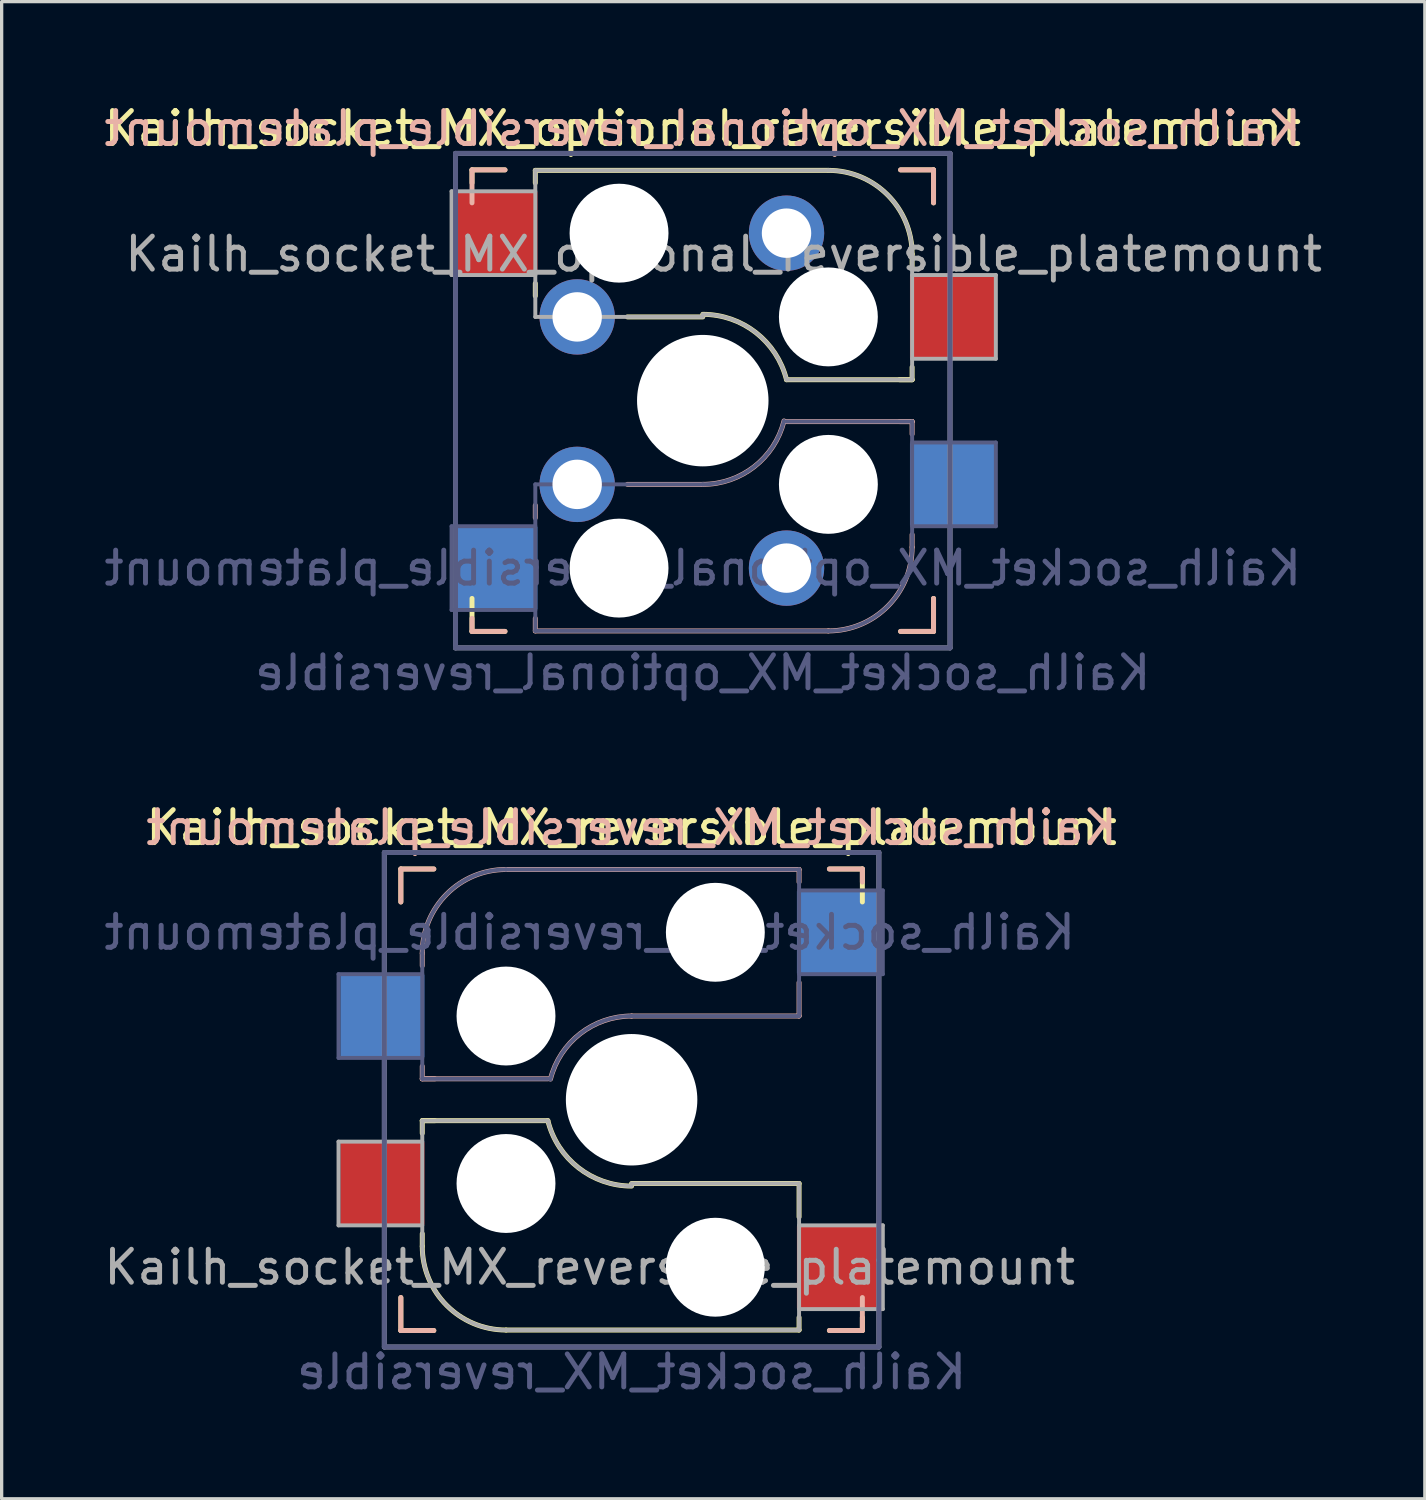
<source format=kicad_pcb>
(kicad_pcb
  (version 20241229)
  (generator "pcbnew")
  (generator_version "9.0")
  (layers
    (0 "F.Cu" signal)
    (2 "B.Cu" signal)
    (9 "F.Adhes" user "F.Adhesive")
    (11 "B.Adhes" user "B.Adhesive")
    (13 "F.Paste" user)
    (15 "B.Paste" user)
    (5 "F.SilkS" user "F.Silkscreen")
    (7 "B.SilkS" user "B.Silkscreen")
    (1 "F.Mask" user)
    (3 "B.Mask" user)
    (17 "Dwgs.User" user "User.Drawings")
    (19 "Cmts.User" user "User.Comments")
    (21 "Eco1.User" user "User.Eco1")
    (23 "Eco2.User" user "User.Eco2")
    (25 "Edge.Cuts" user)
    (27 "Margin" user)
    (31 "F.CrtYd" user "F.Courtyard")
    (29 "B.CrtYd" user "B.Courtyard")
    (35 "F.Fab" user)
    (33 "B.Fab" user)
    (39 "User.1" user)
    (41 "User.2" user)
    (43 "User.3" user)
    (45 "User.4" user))
  (footprint "Kailh_socket_MX_optional_reversible_platemount"
    (layer "F.Cu")
    (at 18.268 9.103)
    (property "Reference" "Kailh_socket_MX_optional_reversible_platemount" (at 0 -8.255 0) (layer "F.SilkS") (effects (font (size 1 1) (thickness 0.15))))
    (property "Value" "Kailh_socket_MX_optional_reversible" (at 0 8.255 0) (layer "F.Fab") (hide yes) (effects (font (size 1 1) (thickness 0.15))))
    (attr smd)
    (fp_line (start -7 -7) (end -6 -7) (stroke (width 0.15) (type solid)) (layer "F.SilkS"))
    (fp_line (start -7 -6.604) (end -7 -7) (stroke (width 0.15) (type solid)) (layer "F.SilkS"))
    (fp_line (start -7 7) (end -7 6) (stroke (width 0.15) (type solid)) (layer "F.SilkS"))
    (fp_line (start -6 7) (end -7 7) (stroke (width 0.15) (type solid)) (layer "F.SilkS"))
    (fp_line (start -5.08 -6.985) (end -5.08 -6.604) (stroke (width 0.15) (type solid)) (layer "F.SilkS"))
    (fp_line (start -5.08 -3.556) (end -5.08 -3.175) (stroke (width 0.15) (type solid)) (layer "F.SilkS"))
    (fp_line (start -2.286 -2.54) (end 0 -2.54) (stroke (width 0.15) (type solid)) (layer "F.SilkS"))
    (fp_line (start 2.54 -0.635) (end 6.35 -0.635) (stroke (width 0.15) (type solid)) (layer "F.SilkS"))
    (fp_line (start 3.81 -6.985) (end -5.08 -6.985) (stroke (width 0.15) (type solid)) (layer "F.SilkS"))
    (fp_line (start 5.969 -0.635) (end 6.35 -0.635) (stroke (width 0.15) (type solid)) (layer "F.SilkS"))
    (fp_line (start 6 -7) (end 7 -7) (stroke (width 0.15) (type solid)) (layer "F.SilkS"))
    (fp_line (start 6.35 -4.445) (end 6.35 -4.064) (stroke (width 0.15) (type solid)) (layer "F.SilkS"))
    (fp_line (start 6.35 -0.635) (end 6.35 -1.016) (stroke (width 0.15) (type solid)) (layer "F.SilkS"))
    (fp_line (start 7 -7) (end 7 -6) (stroke (width 0.15) (type solid)) (layer "F.SilkS"))
    (fp_line (start 7 6) (end 7 7) (stroke (width 0.15) (type solid)) (layer "F.SilkS"))
    (fp_line (start 7 7) (end 6 7) (stroke (width 0.15) (type solid)) (layer "F.SilkS"))
    (fp_arc (start 0.000001 -2.618171) (mid 1.611255 -2.063656) (end 2.539999 -0.634999) (stroke (width 0.15) (type solid)) (layer "F.SilkS"))
    (fp_arc (start 3.81 -6.985) (mid 5.606051 -6.241051) (end 6.35 -4.445) (stroke (width 0.15) (type solid)) (layer "F.SilkS"))
    (fp_line (start -7 -7) (end -6 -7) (stroke (width 0.15) (type solid)) (layer "B.SilkS"))
    (fp_line (start -7 -6) (end -7 -7) (stroke (width 0.15) (type solid)) (layer "B.SilkS"))
    (fp_line (start -7 7) (end -7 6.604) (stroke (width 0.15) (type solid)) (layer "B.SilkS"))
    (fp_line (start -6 7) (end -7 7) (stroke (width 0.15) (type solid)) (layer "B.SilkS"))
    (fp_line (start -5.08 3.175) (end -5.08 3.556) (stroke (width 0.15) (type solid)) (layer "B.SilkS"))
    (fp_line (start -5.08 6.604) (end -5.08 6.985) (stroke (width 0.15) (type solid)) (layer "B.SilkS"))
    (fp_line (start -5.08 6.985) (end 3.81 6.985) (stroke (width 0.15) (type solid)) (layer "B.SilkS"))
    (fp_line (start 0 2.54) (end -2.286 2.54) (stroke (width 0.15) (type solid)) (layer "B.SilkS"))
    (fp_line (start 6 -7) (end 7 -7) (stroke (width 0.15) (type solid)) (layer "B.SilkS"))
    (fp_line (start 6.35 0.635) (end 2.54 0.635) (stroke (width 0.15) (type solid)) (layer "B.SilkS"))
    (fp_line (start 6.35 0.635) (end 5.969 0.635) (stroke (width 0.15) (type solid)) (layer "B.SilkS"))
    (fp_line (start 6.35 1.016) (end 6.35 0.635) (stroke (width 0.15) (type solid)) (layer "B.SilkS"))
    (fp_line (start 6.35 4.445) (end 6.35 4.064) (stroke (width 0.15) (type solid)) (layer "B.SilkS"))
    (fp_line (start 7 -7) (end 7 -6) (stroke (width 0.15) (type solid)) (layer "B.SilkS"))
    (fp_line (start 7 6) (end 7 7) (stroke (width 0.15) (type solid)) (layer "B.SilkS"))
    (fp_line (start 7 7) (end 6 7) (stroke (width 0.15) (type solid)) (layer "B.SilkS"))
    (fp_arc (start 2.464162 0.61604) (mid 1.563147 2.002042) (end 0 2.54) (stroke (width 0.15) (type solid)) (layer "B.SilkS"))
    (fp_arc (start 6.35 4.445) (mid 5.606051 6.241051) (end 3.81 6.985) (stroke (width 0.15) (type solid)) (layer "B.SilkS"))
    (fp_line (start -6.9 6.9) (end -6.9 -6.9) (stroke (width 0.15) (type solid)) (layer "Eco2.User"))
    (fp_line (start -6.9 6.9) (end 6.9 6.9) (stroke (width 0.15) (type solid)) (layer "Eco2.User"))
    (fp_line (start 6.9 -6.9) (end -6.9 -6.9) (stroke (width 0.15) (type solid)) (layer "Eco2.User"))
    (fp_line (start 6.9 -6.9) (end 6.9 6.9) (stroke (width 0.15) (type solid)) (layer "Eco2.User"))
    (fp_line (start -7.62 3.81) (end -7.62 6.35) (stroke (width 0.12) (type solid)) (layer "B.Fab"))
    (fp_line (start -7.62 6.35) (end -5.08 6.35) (stroke (width 0.12) (type solid)) (layer "B.Fab"))
    (fp_line (start -7.5 -7.5) (end 7.5 -7.5) (stroke (width 0.15) (type solid)) (layer "B.Fab"))
    (fp_line (start -7.5 7.5) (end -7.5 -7.5) (stroke (width 0.15) (type solid)) (layer "B.Fab"))
    (fp_line (start -5.08 2.54) (end -5.08 6.985) (stroke (width 0.12) (type solid)) (layer "B.Fab"))
    (fp_line (start -5.08 3.81) (end -7.62 3.81) (stroke (width 0.12) (type solid)) (layer "B.Fab"))
    (fp_line (start -5.08 6.985) (end 3.81 6.985) (stroke (width 0.12) (type solid)) (layer "B.Fab"))
    (fp_line (start 0 2.54) (end -5.08 2.54) (stroke (width 0.12) (type solid)) (layer "B.Fab"))
    (fp_line (start 6.35 0.635) (end 2.54 0.635) (stroke (width 0.12) (type solid)) (layer "B.Fab"))
    (fp_line (start 6.35 3.81) (end 8.89 3.81) (stroke (width 0.12) (type solid)) (layer "B.Fab"))
    (fp_line (start 6.35 4.445) (end 6.35 0.635) (stroke (width 0.12) (type solid)) (layer "B.Fab"))
    (fp_line (start 7.5 -7.5) (end 7.5 7.5) (stroke (width 0.15) (type solid)) (layer "B.Fab"))
    (fp_line (start 7.5 7.5) (end -7.5 7.5) (stroke (width 0.15) (type solid)) (layer "B.Fab"))
    (fp_line (start 8.89 1.27) (end 6.35 1.27) (stroke (width 0.12) (type solid)) (layer "B.Fab"))
    (fp_line (start 8.89 3.81) (end 8.89 1.27) (stroke (width 0.12) (type solid)) (layer "B.Fab"))
    (fp_arc (start 2.464162 0.61604) (mid 1.563147 2.002042) (end 0 2.54) (stroke (width 0.12) (type solid)) (layer "B.Fab"))
    (fp_arc (start 6.35 4.445) (mid 5.606051 6.241051) (end 3.81 6.985) (stroke (width 0.12) (type solid)) (layer "B.Fab"))
    (fp_line (start -7.62 -6.35) (end -7.62 -3.81) (stroke (width 0.12) (type solid)) (layer "F.Fab"))
    (fp_line (start -7.62 -3.81) (end -5.08 -3.81) (stroke (width 0.12) (type solid)) (layer "F.Fab"))
    (fp_line (start -7.5 -7.5) (end 7.5 -7.5) (stroke (width 0.15) (type solid)) (layer "F.Fab"))
    (fp_line (start -7.5 7.5) (end -7.5 -7.5) (stroke (width 0.15) (type solid)) (layer "F.Fab"))
    (fp_line (start -5.08 -6.985) (end -5.08 -2.54) (stroke (width 0.12) (type solid)) (layer "F.Fab"))
    (fp_line (start -5.08 -6.35) (end -7.62 -6.35) (stroke (width 0.12) (type solid)) (layer "F.Fab"))
    (fp_line (start -5.08 -2.54) (end 0 -2.54) (stroke (width 0.12) (type solid)) (layer "F.Fab"))
    (fp_line (start 2.54 -0.635) (end 6.35 -0.635) (stroke (width 0.12) (type solid)) (layer "F.Fab"))
    (fp_line (start 3.81 -6.985) (end -5.08 -6.985) (stroke (width 0.12) (type solid)) (layer "F.Fab"))
    (fp_line (start 6.35 -1.27) (end 8.89 -1.27) (stroke (width 0.12) (type solid)) (layer "F.Fab"))
    (fp_line (start 6.35 -0.635) (end 6.35 -4.445) (stroke (width 0.12) (type solid)) (layer "F.Fab"))
    (fp_line (start 7.5 -7.5) (end 7.5 7.5) (stroke (width 0.15) (type solid)) (layer "F.Fab"))
    (fp_line (start 7.5 7.5) (end -7.5 7.5) (stroke (width 0.15) (type solid)) (layer "F.Fab"))
    (fp_line (start 8.89 -3.81) (end 6.35 -3.81) (stroke (width 0.12) (type solid)) (layer "F.Fab"))
    (fp_line (start 8.89 -1.27) (end 8.89 -3.81) (stroke (width 0.12) (type solid)) (layer "F.Fab"))
    (fp_arc (start 0.000001 -2.618171) (mid 1.611255 -2.063656) (end 2.539999 -0.634999) (stroke (width 0.12) (type solid)) (layer "F.Fab"))
    (fp_arc (start 3.81 -6.985) (mid 5.606051 -6.241051) (end 6.35 -4.445) (stroke (width 0.12) (type solid)) (layer "F.Fab"))
    (fp_text user "${REFERENCE}" (at 0 -8.255 0) (layer "B.SilkS") (effects (font (size 1 1) (thickness 0.15)) (justify mirror)))
    (fp_text user "${REFERENCE}" (at 0 5.08 0) (layer "B.Fab") (effects (font (size 1 1) (thickness 0.15)) (justify mirror)))
    (fp_text user "${VALUE}" (at 0 8.255 0) (layer "B.Fab") (effects (font (size 1 1) (thickness 0.15)) (justify mirror)))
    (fp_text user "${REFERENCE}" (at 0.635 -4.445 0) (layer "F.Fab") (effects (font (size 1 1) (thickness 0.15))))
    (pad "" np_thru_hole circle (at -2.54 -5.08) (size 3 3) (drill 3) (layers "*.Cu" "*.Mask"))
    (pad "" np_thru_hole circle (at -2.54 5.08) (size 3 3) (drill 3) (layers "*.Cu" "*.Mask"))
    (pad "" np_thru_hole circle (at 0 0) (size 3.988 3.988) (drill 3.988) (layers "*.Cu" "*.Mask"))
    (pad "" np_thru_hole circle (at 3.81 -2.54) (size 3 3) (drill 3) (layers "*.Cu" "*.Mask"))
    (pad "" np_thru_hole circle (at 3.81 2.54) (size 3 3) (drill 3) (layers "*.Cu" "*.Mask"))
    (pad "1" smd rect (at -6.29 -5.08) (size 2.55 2.5) (layers "F.Cu" "F.Mask" "F.Paste"))
    (pad "1" smd rect (at -6.29 5.08) (size 2.55 2.5) (layers "B.Cu" "B.Mask" "B.Paste"))
    (pad "1" thru_hole circle (at -3.81 -2.54) (size 2.286 2.286) (drill 1.499) (layers "*.Cu" "*.Mask"))
    (pad "1" thru_hole circle (at -3.81 2.54) (size 2.286 2.286) (drill 1.499) (layers "*.Cu" "*.Mask"))
    (pad "2" thru_hole circle (at 2.54 -5.08) (size 2.286 2.286) (drill 1.499) (layers "*.Cu" "*.Mask"))
    (pad "2" thru_hole circle (at 2.54 5.08) (size 2.286 2.286) (drill 1.499) (layers "*.Cu" "*.Mask"))
    (pad "2" smd rect (at 7.56 -2.54) (size 2.55 2.5) (layers "F.Cu" "F.Mask" "F.Paste"))
    (pad "2" smd rect (at 7.56 2.54) (size 2.55 2.5) (layers "B.Cu" "B.Mask" "B.Paste")))
  (footprint "Kailh_socket_MX_reversible_platemount"
    (layer "F.Cu")
    (at 16.109 30.31)
    (property "Reference" "Kailh_socket_MX_reversible_platemount" (at 0 -8.255 0) (layer "F.SilkS") (effects (font (size 1 1) (thickness 0.15))))
    (property "Value" "Kailh_socket_MX_reversible" (at 0 8.255 0) (layer "F.Fab") (hide yes) (effects (font (size 1 1) (thickness 0.15))))
    (attr smd)
    (fp_line (start -7 -7) (end -6 -7) (stroke (width 0.15) (type solid)) (layer "F.SilkS"))
    (fp_line (start -7 -6) (end -7 -7) (stroke (width 0.15) (type solid)) (layer "F.SilkS"))
    (fp_line (start -7 7) (end -7 6) (stroke (width 0.15) (type solid)) (layer "F.SilkS"))
    (fp_line (start -6.35 0.635) (end -5.969 0.635) (stroke (width 0.15) (type solid)) (layer "F.SilkS"))
    (fp_line (start -6.35 0.635) (end -2.54 0.635) (stroke (width 0.15) (type solid)) (layer "F.SilkS"))
    (fp_line (start -6.35 1.016) (end -6.35 0.635) (stroke (width 0.15) (type solid)) (layer "F.SilkS"))
    (fp_line (start -6.35 4.445) (end -6.35 4.064) (stroke (width 0.15) (type solid)) (layer "F.SilkS"))
    (fp_line (start -6 7) (end -7 7) (stroke (width 0.15) (type solid)) (layer "F.SilkS"))
    (fp_line (start 0 2.54) (end 5.08 2.54) (stroke (width 0.15) (type solid)) (layer "F.SilkS"))
    (fp_line (start 5.08 2.54) (end 5.08 3.556) (stroke (width 0.15) (type solid)) (layer "F.SilkS"))
    (fp_line (start 5.08 6.604) (end 5.08 6.985) (stroke (width 0.15) (type solid)) (layer "F.SilkS"))
    (fp_line (start 5.08 6.985) (end -3.81 6.985) (stroke (width 0.15) (type solid)) (layer "F.SilkS"))
    (fp_line (start 6 -7) (end 7 -7) (stroke (width 0.15) (type solid)) (layer "F.SilkS"))
    (fp_line (start 7 -7) (end 7 -6) (stroke (width 0.15) (type solid)) (layer "F.SilkS"))
    (fp_line (start 7 6.604) (end 7 7) (stroke (width 0.15) (type solid)) (layer "F.SilkS"))
    (fp_line (start 7 7) (end 6 7) (stroke (width 0.15) (type solid)) (layer "F.SilkS"))
    (fp_arc (start -3.81 6.985) (mid -5.606051 6.241051) (end -6.35 4.445) (stroke (width 0.15) (type solid)) (layer "F.SilkS"))
    (fp_arc (start -0.000001 2.618171) (mid -1.611255 2.063656) (end -2.539999 0.634999) (stroke (width 0.15) (type solid)) (layer "F.SilkS"))
    (fp_line (start -7 -7) (end -6 -7) (stroke (width 0.15) (type solid)) (layer "B.SilkS"))
    (fp_line (start -7 -6) (end -7 -7) (stroke (width 0.15) (type solid)) (layer "B.SilkS"))
    (fp_line (start -7 7) (end -7 6) (stroke (width 0.15) (type solid)) (layer "B.SilkS"))
    (fp_line (start -6.35 -4.445) (end -6.35 -4.064) (stroke (width 0.15) (type solid)) (layer "B.SilkS"))
    (fp_line (start -6.35 -1.016) (end -6.35 -0.635) (stroke (width 0.15) (type solid)) (layer "B.SilkS"))
    (fp_line (start -6.35 -0.635) (end -5.969 -0.635) (stroke (width 0.15) (type solid)) (layer "B.SilkS"))
    (fp_line (start -6.35 -0.635) (end -2.54 -0.635) (stroke (width 0.15) (type solid)) (layer "B.SilkS"))
    (fp_line (start -6 7) (end -7 7) (stroke (width 0.15) (type solid)) (layer "B.SilkS"))
    (fp_line (start 0 -2.54) (end 5.08 -2.54) (stroke (width 0.15) (type solid)) (layer "B.SilkS"))
    (fp_line (start 5.08 -6.985) (end -3.81 -6.985) (stroke (width 0.15) (type solid)) (layer "B.SilkS"))
    (fp_line (start 5.08 -6.604) (end 5.08 -6.985) (stroke (width 0.15) (type solid)) (layer "B.SilkS"))
    (fp_line (start 5.08 -2.54) (end 5.08 -3.556) (stroke (width 0.15) (type solid)) (layer "B.SilkS"))
    (fp_line (start 6 -7) (end 7 -7) (stroke (width 0.15) (type solid)) (layer "B.SilkS"))
    (fp_line (start 7 -7) (end 7 -6.604) (stroke (width 0.15) (type solid)) (layer "B.SilkS"))
    (fp_line (start 7 6) (end 7 7) (stroke (width 0.15) (type solid)) (layer "B.SilkS"))
    (fp_line (start 7 7) (end 6 7) (stroke (width 0.15) (type solid)) (layer "B.SilkS"))
    (fp_arc (start -6.35 -4.445) (mid -5.606051 -6.241051) (end -3.81 -6.985) (stroke (width 0.15) (type solid)) (layer "B.SilkS"))
    (fp_arc (start -2.461268 -0.627503) (mid -1.558484 -2.005674) (end 0 -2.54) (stroke (width 0.15) (type solid)) (layer "B.SilkS"))
    (fp_line (start -6.9 6.9) (end -6.9 -6.9) (stroke (width 0.15) (type solid)) (layer "Eco2.User"))
    (fp_line (start -6.9 6.9) (end 6.9 6.9) (stroke (width 0.15) (type solid)) (layer "Eco2.User"))
    (fp_line (start 6.9 -6.9) (end -6.9 -6.9) (stroke (width 0.15) (type solid)) (layer "Eco2.User"))
    (fp_line (start 6.9 -6.9) (end 6.9 6.9) (stroke (width 0.15) (type solid)) (layer "Eco2.User"))
    (fp_line (start -8.89 -3.81) (end -8.89 -1.27) (stroke (width 0.12) (type solid)) (layer "B.Fab"))
    (fp_line (start -8.89 -1.27) (end -6.35 -1.27) (stroke (width 0.12) (type solid)) (layer "B.Fab"))
    (fp_line (start -7.5 -7.5) (end 7.5 -7.5) (stroke (width 0.15) (type solid)) (layer "B.Fab"))
    (fp_line (start -7.5 7.5) (end -7.5 -7.5) (stroke (width 0.15) (type solid)) (layer "B.Fab"))
    (fp_line (start -6.35 -4.445) (end -6.35 -0.635) (stroke (width 0.12) (type solid)) (layer "B.Fab"))
    (fp_line (start -6.35 -3.81) (end -8.89 -3.81) (stroke (width 0.12) (type solid)) (layer "B.Fab"))
    (fp_line (start -6.35 -0.635) (end -2.54 -0.635) (stroke (width 0.12) (type solid)) (layer "B.Fab"))
    (fp_line (start 0 -2.54) (end 5.08 -2.54) (stroke (width 0.12) (type solid)) (layer "B.Fab"))
    (fp_line (start 5.08 -6.985) (end -3.81 -6.985) (stroke (width 0.12) (type solid)) (layer "B.Fab"))
    (fp_line (start 5.08 -3.81) (end 7.62 -3.81) (stroke (width 0.12) (type solid)) (layer "B.Fab"))
    (fp_line (start 5.08 -2.54) (end 5.08 -6.985) (stroke (width 0.12) (type solid)) (layer "B.Fab"))
    (fp_line (start 7.5 -7.5) (end 7.5 7.5) (stroke (width 0.15) (type solid)) (layer "B.Fab"))
    (fp_line (start 7.5 7.5) (end -7.5 7.5) (stroke (width 0.15) (type solid)) (layer "B.Fab"))
    (fp_line (start 7.62 -6.35) (end 5.08 -6.35) (stroke (width 0.12) (type solid)) (layer "B.Fab"))
    (fp_line (start 7.62 -3.81) (end 7.62 -6.35) (stroke (width 0.12) (type solid)) (layer "B.Fab"))
    (fp_arc (start -6.35 -4.445) (mid -5.606051 -6.241051) (end -3.81 -6.985) (stroke (width 0.12) (type solid)) (layer "B.Fab"))
    (fp_arc (start -2.464162 -0.61604) (mid -1.563147 -2.002042) (end 0 -2.54) (stroke (width 0.12) (type solid)) (layer "B.Fab"))
    (fp_line (start -8.89 1.27) (end -8.89 3.81) (stroke (width 0.12) (type solid)) (layer "F.Fab"))
    (fp_line (start -8.89 3.81) (end -6.35 3.81) (stroke (width 0.12) (type solid)) (layer "F.Fab"))
    (fp_line (start -7.5 -7.5) (end 7.5 -7.5) (stroke (width 0.15) (type solid)) (layer "F.Fab"))
    (fp_line (start -7.5 7.5) (end -7.5 -7.5) (stroke (width 0.15) (type solid)) (layer "F.Fab"))
    (fp_line (start -6.35 0.635) (end -6.35 4.445) (stroke (width 0.12) (type solid)) (layer "F.Fab"))
    (fp_line (start -6.35 1.27) (end -8.89 1.27) (stroke (width 0.12) (type solid)) (layer "F.Fab"))
    (fp_line (start -3.81 6.985) (end 5.08 6.985) (stroke (width 0.12) (type solid)) (layer "F.Fab"))
    (fp_line (start -2.54 0.635) (end -6.35 0.635) (stroke (width 0.12) (type solid)) (layer "F.Fab"))
    (fp_line (start 5.08 2.54) (end 0 2.54) (stroke (width 0.12) (type solid)) (layer "F.Fab"))
    (fp_line (start 5.08 6.35) (end 7.62 6.35) (stroke (width 0.12) (type solid)) (layer "F.Fab"))
    (fp_line (start 5.08 6.985) (end 5.08 2.54) (stroke (width 0.12) (type solid)) (layer "F.Fab"))
    (fp_line (start 7.5 -7.5) (end 7.5 7.5) (stroke (width 0.15) (type solid)) (layer "F.Fab"))
    (fp_line (start 7.5 7.5) (end -7.5 7.5) (stroke (width 0.15) (type solid)) (layer "F.Fab"))
    (fp_line (start 7.62 3.81) (end 5.08 3.81) (stroke (width 0.12) (type solid)) (layer "F.Fab"))
    (fp_line (start 7.62 6.35) (end 7.62 3.81) (stroke (width 0.12) (type solid)) (layer "F.Fab"))
    (fp_arc (start -3.81 6.985) (mid -5.606051 6.241051) (end -6.35 4.445) (stroke (width 0.12) (type solid)) (layer "F.Fab"))
    (fp_arc (start -0.000001 2.618171) (mid -1.611255 2.063656) (end -2.539999 0.634999) (stroke (width 0.12) (type solid)) (layer "F.Fab"))
    (fp_text user "${REFERENCE}" (at 0 -8.255 0) (layer "B.SilkS") (effects (font (size 1 1) (thickness 0.15)) (justify mirror)))
    (fp_text user "${VALUE}" (at 0 8.255 0) (layer "B.Fab") (effects (font (size 1 1) (thickness 0.15)) (justify mirror)))
    (fp_text user "${REFERENCE}" (at -1.27 -5.08 0) (layer "B.Fab") (effects (font (size 1 1) (thickness 0.15)) (justify mirror)))
    (fp_text user "${REFERENCE}" (at -1.27 5.08 0) (layer "F.Fab") (effects (font (size 1 1) (thickness 0.15))))
    (pad "" np_thru_hole circle (at -3.81 -2.54) (size 3 3) (drill 3) (layers "*.Cu" "*.Mask"))
    (pad "" np_thru_hole circle (at -3.81 2.54) (size 3 3) (drill 3) (layers "*.Cu" "*.Mask"))
    (pad "" np_thru_hole circle (at 0 0) (size 3.988 3.988) (drill 3.988) (layers "*.Cu" "*.Mask"))
    (pad "" np_thru_hole circle (at 2.54 -5.08) (size 3 3) (drill 3) (layers "*.Cu" "*.Mask"))
    (pad "" np_thru_hole circle (at 2.54 5.08) (size 3 3) (drill 3) (layers "*.Cu" "*.Mask"))
    (pad "1" smd rect (at 6.29 -5.08) (size 2.55 2.5) (layers "B.Cu" "B.Mask" "B.Paste"))
    (pad "1" smd rect (at 6.29 5.08) (size 2.55 2.5) (layers "F.Cu" "F.Mask" "F.Paste"))
    (pad "2" smd rect (at -7.56 -2.54) (size 2.55 2.5) (layers "B.Cu" "B.Mask" "B.Paste"))
    (pad "2" smd rect (at -7.56 2.54) (size 2.55 2.5) (layers "F.Cu" "F.Mask" "F.Paste")))
  (gr_rect
    (start -3 -3)
    (end 40.171 42.413)
    (stroke (width 0.1) (type default))
    (fill no)
    (layer "Edge.Cuts")))
</source>
